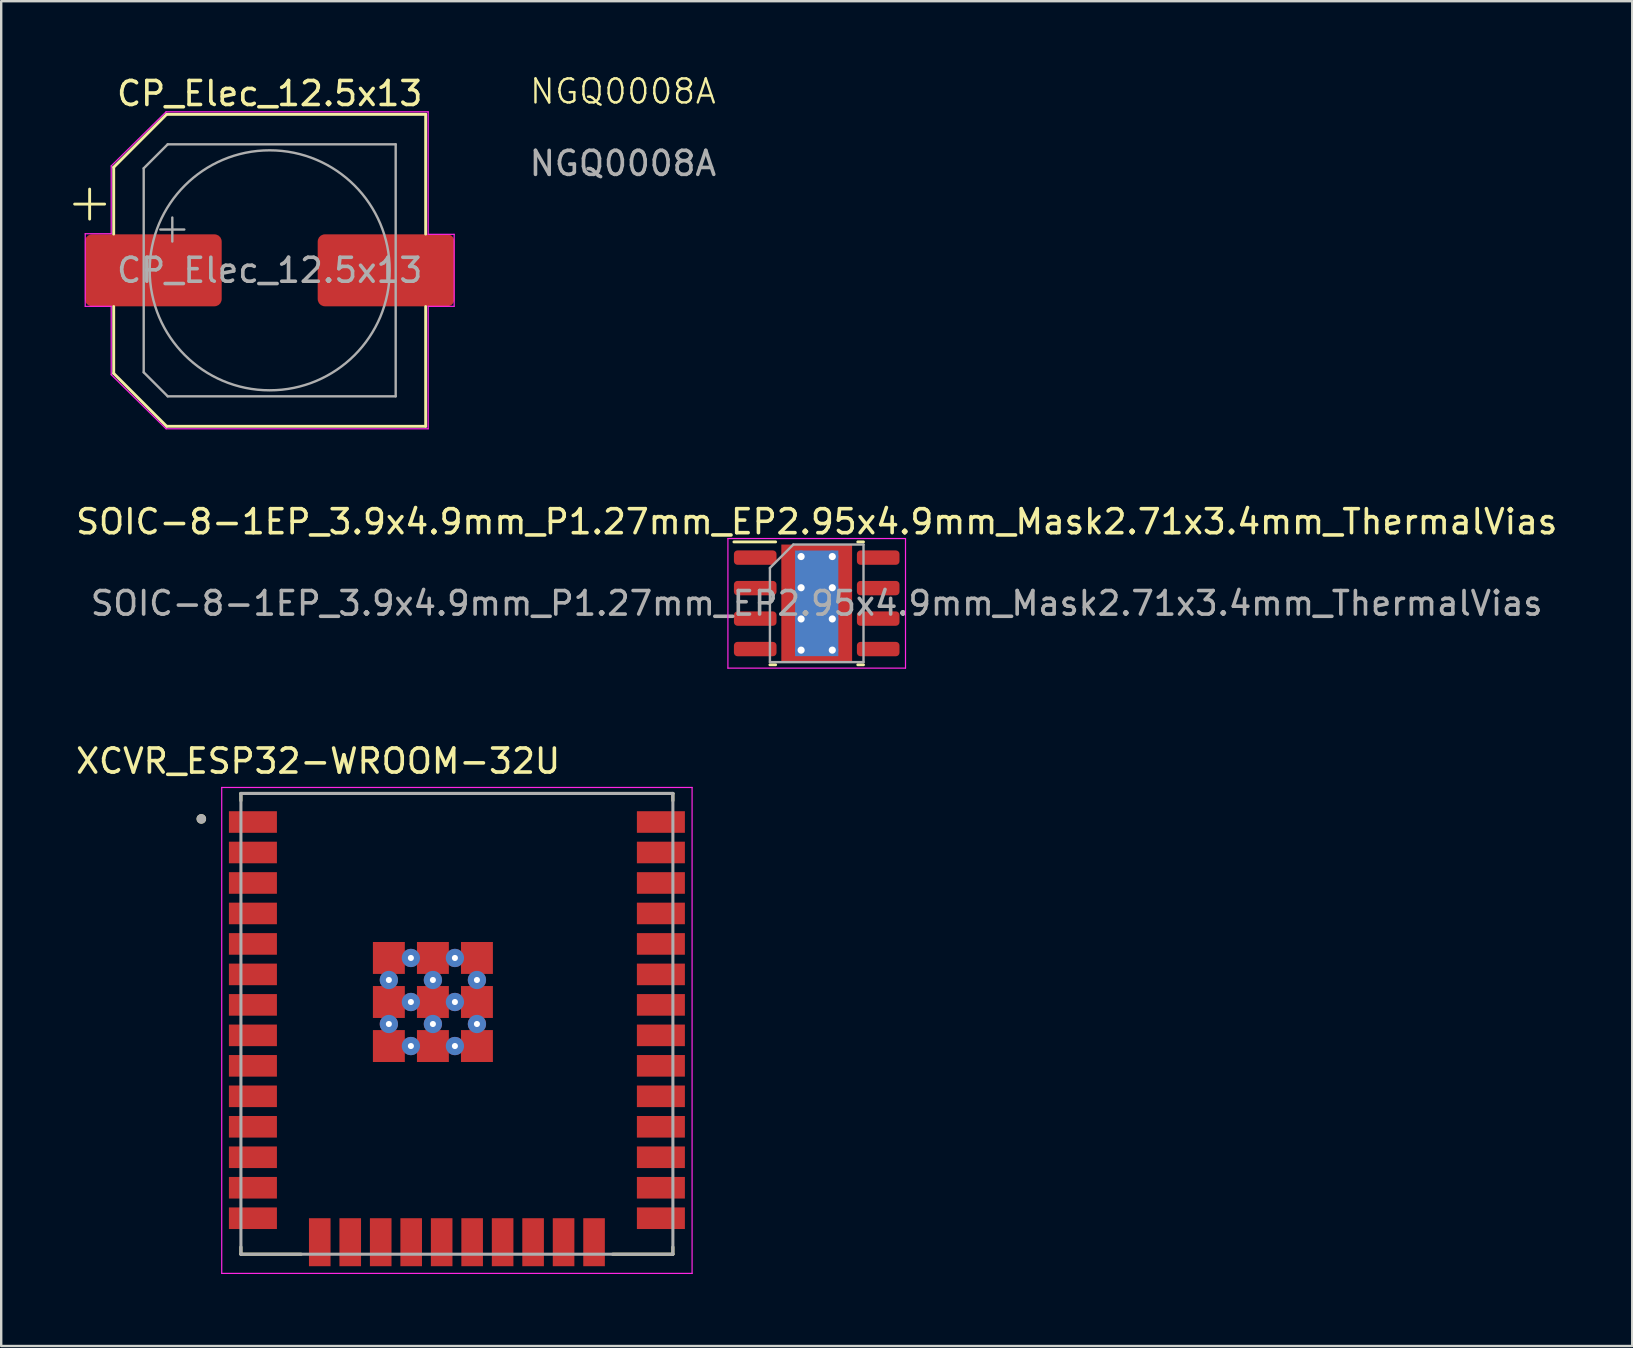
<source format=kicad_pcb>
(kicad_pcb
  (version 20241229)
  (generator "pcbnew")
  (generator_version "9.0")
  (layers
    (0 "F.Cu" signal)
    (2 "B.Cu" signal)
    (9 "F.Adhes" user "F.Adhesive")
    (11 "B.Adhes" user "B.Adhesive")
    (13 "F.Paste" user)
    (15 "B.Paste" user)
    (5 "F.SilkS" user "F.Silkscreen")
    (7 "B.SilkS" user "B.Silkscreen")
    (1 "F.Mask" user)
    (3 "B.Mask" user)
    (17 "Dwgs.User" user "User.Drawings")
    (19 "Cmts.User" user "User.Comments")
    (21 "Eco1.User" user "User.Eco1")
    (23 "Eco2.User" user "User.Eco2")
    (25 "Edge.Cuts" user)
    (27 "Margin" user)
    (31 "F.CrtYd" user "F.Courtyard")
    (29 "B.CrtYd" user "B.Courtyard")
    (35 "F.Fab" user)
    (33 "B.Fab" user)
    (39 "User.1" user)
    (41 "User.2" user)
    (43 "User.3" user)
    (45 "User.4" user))
  (footprint "NGQ0008A"
    (layer "F.Cu")
    (at 22.906 1.26)
    (property "Reference" "NGQ0008A" (at 0 -0.5 0) (unlocked yes) (layer "F.SilkS") (effects (font (size 1 1) (thickness 0.1))))
    (attr smd)
    (fp_text user "${REFERENCE}" (at 0 2.5 0) (unlocked yes) (layer "F.Fab") (effects (font (size 1 1) (thickness 0.15)))))
  (footprint "XCVR_ESP32-WROOM-32U"
    (layer "F.Cu")
    (at 15.989 39.613)
    (property "Reference" "XCVR_ESP32-WROOM-32U" (at -5.782 -10.948 0) (layer "F.SilkS") (effects (font (size 1.001 1.001) (thickness 0.15))))
    (attr smd)
    (fp_line (start -9 -9.6) (end 9 -9.6) (stroke (width 0.127) (type solid)) (layer "F.SilkS"))
    (fp_line (start -9 -9.3) (end -9 -9.6) (stroke (width 0.127) (type solid)) (layer "F.SilkS"))
    (fp_line (start -9 9.3) (end -9 9.6) (stroke (width 0.127) (type solid)) (layer "F.SilkS"))
    (fp_line (start -9 9.6) (end -6.49 9.6) (stroke (width 0.127) (type solid)) (layer "F.SilkS"))
    (fp_line (start 6.49 9.6) (end 9 9.6) (stroke (width 0.127) (type solid)) (layer "F.SilkS"))
    (fp_line (start 9 -9.6) (end 9 -9.3) (stroke (width 0.127) (type solid)) (layer "F.SilkS"))
    (fp_line (start 9 9.6) (end 9 9.3) (stroke (width 0.127) (type solid)) (layer "F.SilkS"))
    (fp_circle (center -10.65 -8.54) (end -10.55 -8.54) (stroke (width 0.2) (type solid)) (fill no) (layer "F.SilkS"))
    (fp_line (start -9.8 -9.85) (end 9.8 -9.85) (stroke (width 0.05) (type solid)) (layer "F.CrtYd"))
    (fp_line (start -9.8 10.4) (end -9.8 -9.85) (stroke (width 0.05) (type solid)) (layer "F.CrtYd"))
    (fp_line (start 9.8 -9.85) (end 9.8 10.4) (stroke (width 0.05) (type solid)) (layer "F.CrtYd"))
    (fp_line (start 9.8 10.4) (end -9.8 10.4) (stroke (width 0.05) (type solid)) (layer "F.CrtYd"))
    (fp_line (start -9 -9.6) (end 9 -9.6) (stroke (width 0.127) (type solid)) (layer "F.Fab"))
    (fp_line (start -9 9.6) (end -9 -9.6) (stroke (width 0.127) (type solid)) (layer "F.Fab"))
    (fp_line (start 9 -9.6) (end 9 9.6) (stroke (width 0.127) (type solid)) (layer "F.Fab"))
    (fp_line (start 9 9.6) (end -9 9.6) (stroke (width 0.127) (type solid)) (layer "F.Fab"))
    (fp_circle (center -10.65 -8.54) (end -10.55 -8.54) (stroke (width 0.2) (type solid)) (fill no) (layer "F.Fab"))
    (pad "1" smd rect (at -8.5 -8.41) (size 2 0.9) (layers "F.Cu" "F.Mask" "F.Paste"))
    (pad "2" smd rect (at -8.5 -7.14) (size 2 0.9) (layers "F.Cu" "F.Mask" "F.Paste"))
    (pad "3" smd rect (at -8.5 -5.87) (size 2 0.9) (layers "F.Cu" "F.Mask" "F.Paste"))
    (pad "4" smd rect (at -8.5 -4.6) (size 2 0.9) (layers "F.Cu" "F.Mask" "F.Paste"))
    (pad "5" smd rect (at -8.5 -3.33) (size 2 0.9) (layers "F.Cu" "F.Mask" "F.Paste"))
    (pad "6" smd rect (at -8.5 -2.06) (size 2 0.9) (layers "F.Cu" "F.Mask" "F.Paste"))
    (pad "7" smd rect (at -8.5 -0.79) (size 2 0.9) (layers "F.Cu" "F.Mask" "F.Paste"))
    (pad "8" smd rect (at -8.5 0.48) (size 2 0.9) (layers "F.Cu" "F.Mask" "F.Paste"))
    (pad "9" smd rect (at -8.5 1.75) (size 2 0.9) (layers "F.Cu" "F.Mask" "F.Paste"))
    (pad "10" smd rect (at -8.5 3.02) (size 2 0.9) (layers "F.Cu" "F.Mask" "F.Paste"))
    (pad "11" smd rect (at -8.5 4.29) (size 2 0.9) (layers "F.Cu" "F.Mask" "F.Paste"))
    (pad "12" smd rect (at -8.5 5.56) (size 2 0.9) (layers "F.Cu" "F.Mask" "F.Paste"))
    (pad "13" smd rect (at -8.5 6.83) (size 2 0.9) (layers "F.Cu" "F.Mask" "F.Paste"))
    (pad "14" smd rect (at -8.5 8.1) (size 2 0.9) (layers "F.Cu" "F.Mask" "F.Paste"))
    (pad "15" smd rect (at -5.715 9.1) (size 0.9 2) (layers "F.Cu" "F.Mask" "F.Paste"))
    (pad "16" smd rect (at -4.445 9.1) (size 0.9 2) (layers "F.Cu" "F.Mask" "F.Paste"))
    (pad "17" smd rect (at -3.175 9.1) (size 0.9 2) (layers "F.Cu" "F.Mask" "F.Paste"))
    (pad "18" smd rect (at -1.905 9.1) (size 0.9 2) (layers "F.Cu" "F.Mask" "F.Paste"))
    (pad "19" smd rect (at -0.635 9.1) (size 0.9 2) (layers "F.Cu" "F.Mask" "F.Paste"))
    (pad "20" smd rect (at 0.635 9.1) (size 0.9 2) (layers "F.Cu" "F.Mask" "F.Paste"))
    (pad "21" smd rect (at 1.905 9.1) (size 0.9 2) (layers "F.Cu" "F.Mask" "F.Paste"))
    (pad "22" smd rect (at 3.175 9.1) (size 0.9 2) (layers "F.Cu" "F.Mask" "F.Paste"))
    (pad "23" smd rect (at 4.445 9.1) (size 0.9 2) (layers "F.Cu" "F.Mask" "F.Paste"))
    (pad "24" smd rect (at 5.715 9.1) (size 0.9 2) (layers "F.Cu" "F.Mask" "F.Paste"))
    (pad "25" smd rect (at 8.5 8.1) (size 2 0.9) (layers "F.Cu" "F.Mask" "F.Paste"))
    (pad "26" smd rect (at 8.5 6.83) (size 2 0.9) (layers "F.Cu" "F.Mask" "F.Paste"))
    (pad "27" smd rect (at 8.5 5.56) (size 2 0.9) (layers "F.Cu" "F.Mask" "F.Paste"))
    (pad "28" smd rect (at 8.5 4.29) (size 2 0.9) (layers "F.Cu" "F.Mask" "F.Paste"))
    (pad "29" smd rect (at 8.5 3.02) (size 2 0.9) (layers "F.Cu" "F.Mask" "F.Paste"))
    (pad "30" smd rect (at 8.5 1.75) (size 2 0.9) (layers "F.Cu" "F.Mask" "F.Paste"))
    (pad "31" smd rect (at 8.5 0.48) (size 2 0.9) (layers "F.Cu" "F.Mask" "F.Paste"))
    (pad "32" smd rect (at 8.5 -0.79) (size 2 0.9) (layers "F.Cu" "F.Mask" "F.Paste"))
    (pad "33" smd rect (at 8.5 -2.06) (size 2 0.9) (layers "F.Cu" "F.Mask" "F.Paste"))
    (pad "34" smd rect (at 8.5 -3.33) (size 2 0.9) (layers "F.Cu" "F.Mask" "F.Paste"))
    (pad "35" smd rect (at 8.5 -4.6) (size 2 0.9) (layers "F.Cu" "F.Mask" "F.Paste"))
    (pad "36" smd rect (at 8.5 -5.87) (size 2 0.9) (layers "F.Cu" "F.Mask" "F.Paste"))
    (pad "37" smd rect (at 8.5 -7.14) (size 2 0.9) (layers "F.Cu" "F.Mask" "F.Paste"))
    (pad "38" smd rect (at 8.5 -8.41) (size 2 0.9) (layers "F.Cu" "F.Mask" "F.Paste"))
    (pad "G.1" smd rect (at 0.835 -2.745) (size 1.33 1.33) (layers "F.Cu" "F.Mask" "F.Paste"))
    (pad "G.2" smd rect (at -1 -2.745) (size 1.33 1.33) (layers "F.Cu" "F.Mask" "F.Paste"))
    (pad "G.4" smd rect (at -2.835 -2.745) (size 1.33 1.33) (layers "F.Cu" "F.Mask" "F.Paste"))
    (pad "G.5" smd rect (at 0.835 -0.91) (size 1.33 1.33) (layers "F.Cu" "F.Mask" "F.Paste"))
    (pad "G.6" smd rect (at -1 -0.91) (size 1.33 1.33) (layers "F.Cu" "F.Mask" "F.Paste"))
    (pad "G.7" smd rect (at -2.835 -0.91) (size 1.33 1.33) (layers "F.Cu" "F.Mask" "F.Paste"))
    (pad "G.8" smd rect (at 0.835 0.925) (size 1.33 1.33) (layers "F.Cu" "F.Mask" "F.Paste"))
    (pad "G.9" smd rect (at -1 0.925) (size 1.33 1.33) (layers "F.Cu" "F.Mask" "F.Paste"))
    (pad "G.10" smd rect (at -2.835 0.925) (size 1.33 1.33) (layers "F.Cu" "F.Mask" "F.Paste"))
    (pad "G.11" thru_hole circle (at -0.083 -2.745) (size 0.762 0.762) (drill 0.254) (layers "*.Cu" "*.Mask"))
    (pad "G.12" thru_hole circle (at -1.917 -2.745) (size 0.762 0.762) (drill 0.254) (layers "*.Cu" "*.Mask"))
    (pad "G.13" thru_hole circle (at 0.835 -1.827) (size 0.762 0.762) (drill 0.254) (layers "*.Cu" "*.Mask"))
    (pad "G.14" thru_hole circle (at -1 -1.827) (size 0.762 0.762) (drill 0.254) (layers "*.Cu" "*.Mask"))
    (pad "G.15" thru_hole circle (at -2.835 -1.827) (size 0.762 0.762) (drill 0.254) (layers "*.Cu" "*.Mask"))
    (pad "G.16" thru_hole circle (at -0.083 -0.91) (size 0.762 0.762) (drill 0.254) (layers "*.Cu" "*.Mask"))
    (pad "G.17" thru_hole circle (at -1.917 -0.91) (size 0.762 0.762) (drill 0.254) (layers "*.Cu" "*.Mask"))
    (pad "G.18" thru_hole circle (at 0.835 0.007) (size 0.762 0.762) (drill 0.254) (layers "*.Cu" "*.Mask"))
    (pad "G.19" thru_hole circle (at -1 0.007) (size 0.762 0.762) (drill 0.254) (layers "*.Cu" "*.Mask"))
    (pad "G.20" thru_hole circle (at -2.835 0.007) (size 0.762 0.762) (drill 0.254) (layers "*.Cu" "*.Mask"))
    (pad "G.21" thru_hole circle (at -0.083 0.925) (size 0.762 0.762) (drill 0.254) (layers "*.Cu" "*.Mask"))
    (pad "G.22" thru_hole circle (at -1.917 0.925) (size 0.762 0.762) (drill 0.254) (layers "*.Cu" "*.Mask")))
  (footprint "CP_Elec_12.5x13"
    (layer "F.Cu")
    (at 8.188 8.214)
    (property "Reference" "CP_Elec_12.5x13" (at 0 -7.366 0) (layer "F.SilkS") (effects (font (size 1 1) (thickness 0.15))))
    (attr smd)
    (fp_line (start -8.128 -2.76) (end -6.878 -2.76) (stroke (width 0.12) (type solid)) (layer "F.SilkS"))
    (fp_line (start -7.503 -3.385) (end -7.503 -2.135) (stroke (width 0.12) (type solid)) (layer "F.SilkS"))
    (fp_line (start -6.5 -4.296) (end -6.5 -1.51) (stroke (width 0.12) (type solid)) (layer "F.SilkS"))
    (fp_line (start -6.5 -4.296) (end -4.296 -6.5) (stroke (width 0.12) (type solid)) (layer "F.SilkS"))
    (fp_line (start -6.5 4.296) (end -6.5 1.51) (stroke (width 0.12) (type solid)) (layer "F.SilkS"))
    (fp_line (start -6.5 4.296) (end -4.296 6.5) (stroke (width 0.12) (type solid)) (layer "F.SilkS"))
    (fp_line (start -4.296 -6.5) (end 6.5 -6.5) (stroke (width 0.12) (type solid)) (layer "F.SilkS"))
    (fp_line (start -4.296 6.5) (end 6.5 6.5) (stroke (width 0.12) (type solid)) (layer "F.SilkS"))
    (fp_line (start 6.5 -6.5) (end 6.5 -1.51) (stroke (width 0.12) (type solid)) (layer "F.SilkS"))
    (fp_line (start 6.5 6.5) (end 6.5 1.51) (stroke (width 0.12) (type solid)) (layer "F.SilkS"))
    (fp_line (start -7.687 -1.524) (end -7.687 1.5) (stroke (width 0.05) (type solid)) (layer "F.CrtYd"))
    (fp_line (start -7.687 1.5) (end -6.604 1.5) (stroke (width 0.05) (type solid)) (layer "F.CrtYd"))
    (fp_line (start -6.604 -4.35) (end -6.604 -1.524) (stroke (width 0.05) (type solid)) (layer "F.CrtYd"))
    (fp_line (start -6.604 -4.35) (end -4.318 -6.604) (stroke (width 0.05) (type solid)) (layer "F.CrtYd"))
    (fp_line (start -6.604 -1.524) (end -7.687 -1.524) (stroke (width 0.05) (type solid)) (layer "F.CrtYd"))
    (fp_line (start -6.604 1.5) (end -6.604 4.35) (stroke (width 0.05) (type solid)) (layer "F.CrtYd"))
    (fp_line (start -6.604 4.35) (end -4.318 6.604) (stroke (width 0.05) (type solid)) (layer "F.CrtYd"))
    (fp_line (start -4.318 -6.604) (end 6.604 -6.604) (stroke (width 0.05) (type solid)) (layer "F.CrtYd"))
    (fp_line (start -4.318 6.604) (end 6.604 6.604) (stroke (width 0.05) (type solid)) (layer "F.CrtYd"))
    (fp_line (start 6.604 -6.604) (end 6.604 -1.5) (stroke (width 0.05) (type solid)) (layer "F.CrtYd"))
    (fp_line (start 6.604 -1.5) (end 7.687 -1.5) (stroke (width 0.05) (type solid)) (layer "F.CrtYd"))
    (fp_line (start 6.604 1.5) (end 6.604 6.604) (stroke (width 0.05) (type solid)) (layer "F.CrtYd"))
    (fp_line (start 7.687 -1.5) (end 7.687 1.5) (stroke (width 0.05) (type solid)) (layer "F.CrtYd"))
    (fp_line (start 7.687 1.5) (end 6.604 1.5) (stroke (width 0.05) (type solid)) (layer "F.CrtYd"))
    (fp_line (start -5.25 -4.25) (end -5.25 4.25) (stroke (width 0.1) (type solid)) (layer "F.Fab"))
    (fp_line (start -5.25 -4.25) (end -4.25 -5.25) (stroke (width 0.1) (type solid)) (layer "F.Fab"))
    (fp_line (start -5.25 4.25) (end -4.25 5.25) (stroke (width 0.1) (type solid)) (layer "F.Fab"))
    (fp_line (start -4.558 -1.7) (end -3.558 -1.7) (stroke (width 0.1) (type solid)) (layer "F.Fab"))
    (fp_line (start -4.25 -5.25) (end 5.25 -5.25) (stroke (width 0.1) (type solid)) (layer "F.Fab"))
    (fp_line (start -4.25 5.25) (end 5.25 5.25) (stroke (width 0.1) (type solid)) (layer "F.Fab"))
    (fp_line (start -4.058 -2.2) (end -4.058 -1.2) (stroke (width 0.1) (type solid)) (layer "F.Fab"))
    (fp_line (start 5.25 -5.25) (end 5.25 5.25) (stroke (width 0.1) (type solid)) (layer "F.Fab"))
    (fp_circle (center 0 0) (end 5 0) (stroke (width 0.1) (type solid)) (fill no) (layer "F.Fab"))
    (fp_text user "${REFERENCE}" (at 0 0 0) (layer "F.Fab") (effects (font (size 1 1) (thickness 0.15))))
    (pad "1" smd roundrect (at -4.85 0) (size 5.7 3) (layers "F.Cu" "F.Mask" "F.Paste") (roundrect_rratio 0.1))
    (pad "2" smd roundrect (at 4.85 0) (size 5.7 3) (layers "F.Cu" "F.Mask" "F.Paste") (roundrect_rratio 0.1)))
  (footprint "SOIC-8-1EP_3.9x4.9mm_P1.27mm_EP2.95x4.9mm_Mask2.71x3.4mm_ThermalVias"
    (layer "F.Cu")
    (at 30.982 22.091)
    (property "Reference" "SOIC-8-1EP_3.9x4.9mm_P1.27mm_EP2.95x4.9mm_Mask2.71x3.4mm_ThermalVias" (at 0 -3.4 0) (layer "F.SilkS") (effects (font (size 1 1) (thickness 0.15))))
    (attr smd)
    (fp_line (start -1.711 -2.56) (end -3.45 -2.56) (stroke (width 0.12) (type solid)) (layer "F.SilkS"))
    (fp_line (start -1.711 2.56) (end -1.95 2.56) (stroke (width 0.12) (type solid)) (layer "F.SilkS"))
    (fp_line (start 1.711 -2.56) (end 1.95 -2.56) (stroke (width 0.12) (type solid)) (layer "F.SilkS"))
    (fp_line (start 1.711 2.56) (end 1.95 2.56) (stroke (width 0.12) (type solid)) (layer "F.SilkS"))
    (fp_line (start -3.7 -2.7) (end -3.7 2.7) (stroke (width 0.05) (type solid)) (layer "F.CrtYd"))
    (fp_line (start -3.7 2.7) (end 3.7 2.7) (stroke (width 0.05) (type solid)) (layer "F.CrtYd"))
    (fp_line (start 3.7 -2.7) (end -3.7 -2.7) (stroke (width 0.05) (type solid)) (layer "F.CrtYd"))
    (fp_line (start 3.7 2.7) (end 3.7 -2.7) (stroke (width 0.05) (type solid)) (layer "F.CrtYd"))
    (fp_line (start -1.95 -1.475) (end -0.975 -2.45) (stroke (width 0.1) (type solid)) (layer "F.Fab"))
    (fp_line (start -1.95 2.45) (end -1.95 -1.475) (stroke (width 0.1) (type solid)) (layer "F.Fab"))
    (fp_line (start -0.975 -2.45) (end 1.95 -2.45) (stroke (width 0.1) (type solid)) (layer "F.Fab"))
    (fp_line (start 1.95 -2.45) (end 1.95 2.45) (stroke (width 0.1) (type solid)) (layer "F.Fab"))
    (fp_line (start 1.95 2.45) (end -1.95 2.45) (stroke (width 0.1) (type solid)) (layer "F.Fab"))
    (fp_text user "${REFERENCE}" (at 0 0 0) (layer "F.Fab") (effects (font (size 0.98 0.98) (thickness 0.15))))
    (pad "" smd roundrect (at -0.68 -0.85) (size 1.13 1.42) (layers "F.Paste") (roundrect_rratio 0.221))
    (pad "" smd roundrect (at -0.68 0.85) (size 1.13 1.42) (layers "F.Paste") (roundrect_rratio 0.221))
    (pad "" smd rect (at 0 0) (size 2.71 3.4) (layers "F.Mask"))
    (pad "" smd roundrect (at 0.68 -0.85) (size 1.13 1.42) (layers "F.Paste") (roundrect_rratio 0.221))
    (pad "" smd roundrect (at 0.68 0.85) (size 1.13 1.42) (layers "F.Paste") (roundrect_rratio 0.221))
    (pad "1" smd roundrect (at -2.562 -1.905) (size 1.775 0.6) (layers "F.Cu" "F.Mask" "F.Paste") (roundrect_rratio 0.25))
    (pad "2" smd roundrect (at -2.562 -0.635) (size 1.775 0.6) (layers "F.Cu" "F.Mask" "F.Paste") (roundrect_rratio 0.25))
    (pad "3" smd roundrect (at -2.562 0.635) (size 1.775 0.6) (layers "F.Cu" "F.Mask" "F.Paste") (roundrect_rratio 0.25))
    (pad "4" smd roundrect (at -2.562 1.905) (size 1.775 0.6) (layers "F.Cu" "F.Mask" "F.Paste") (roundrect_rratio 0.25))
    (pad "5" smd roundrect (at 2.562 1.905) (size 1.775 0.6) (layers "F.Cu" "F.Mask" "F.Paste") (roundrect_rratio 0.25))
    (pad "6" smd roundrect (at 2.562 0.635) (size 1.775 0.6) (layers "F.Cu" "F.Mask" "F.Paste") (roundrect_rratio 0.25))
    (pad "7" smd roundrect (at 2.562 -0.635) (size 1.775 0.6) (layers "F.Cu" "F.Mask" "F.Paste") (roundrect_rratio 0.25))
    (pad "8" smd roundrect (at 2.562 -1.905) (size 1.775 0.6) (layers "F.Cu" "F.Mask" "F.Paste") (roundrect_rratio 0.25))
    (pad "9" thru_hole circle (at -0.65 -1.95) (size 0.5 0.5) (drill 0.3) (layers "*.Cu"))
    (pad "9" thru_hole circle (at -0.65 -0.65) (size 0.5 0.5) (drill 0.3) (layers "*.Cu"))
    (pad "9" thru_hole circle (at -0.65 0.65) (size 0.5 0.5) (drill 0.3) (layers "*.Cu"))
    (pad "9" thru_hole circle (at -0.65 1.95) (size 0.5 0.5) (drill 0.3) (layers "*.Cu"))
    (pad "9" smd rect (at 0 0) (size 1.8 4.4) (layers "B.Cu"))
    (pad "9" smd rect (at 0 0) (size 2.95 4.9) (layers "F.Cu"))
    (pad "9" thru_hole circle (at 0.65 -1.95) (size 0.5 0.5) (drill 0.3) (layers "*.Cu"))
    (pad "9" thru_hole circle (at 0.65 -0.65) (size 0.5 0.5) (drill 0.3) (layers "*.Cu"))
    (pad "9" thru_hole circle (at 0.65 0.65) (size 0.5 0.5) (drill 0.3) (layers "*.Cu"))
    (pad "9" thru_hole circle (at 0.65 1.95) (size 0.5 0.5) (drill 0.3) (layers "*.Cu")))
  (gr_rect
    (start -3 -3)
    (end 64.964 53.038)
    (stroke (width 0.1) (type default))
    (fill no)
    (layer "Edge.Cuts")))
</source>
